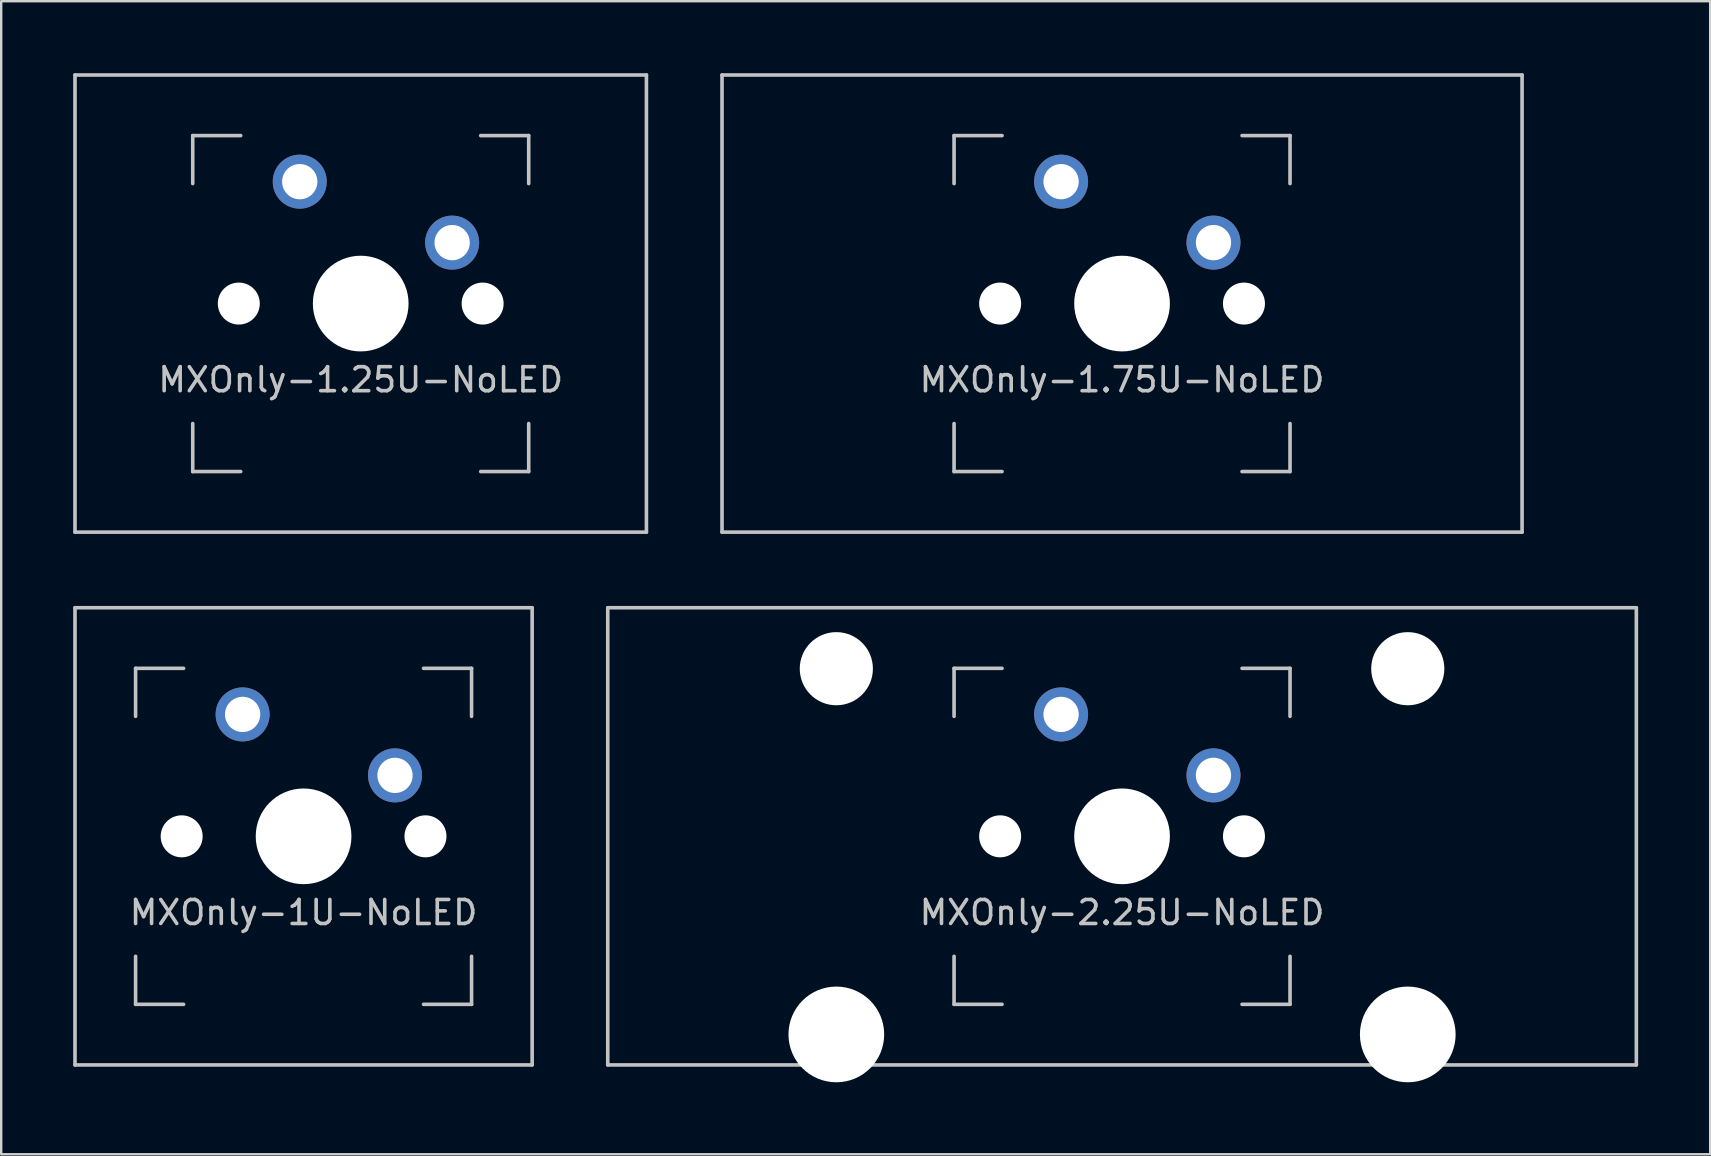
<source format=kicad_pcb>
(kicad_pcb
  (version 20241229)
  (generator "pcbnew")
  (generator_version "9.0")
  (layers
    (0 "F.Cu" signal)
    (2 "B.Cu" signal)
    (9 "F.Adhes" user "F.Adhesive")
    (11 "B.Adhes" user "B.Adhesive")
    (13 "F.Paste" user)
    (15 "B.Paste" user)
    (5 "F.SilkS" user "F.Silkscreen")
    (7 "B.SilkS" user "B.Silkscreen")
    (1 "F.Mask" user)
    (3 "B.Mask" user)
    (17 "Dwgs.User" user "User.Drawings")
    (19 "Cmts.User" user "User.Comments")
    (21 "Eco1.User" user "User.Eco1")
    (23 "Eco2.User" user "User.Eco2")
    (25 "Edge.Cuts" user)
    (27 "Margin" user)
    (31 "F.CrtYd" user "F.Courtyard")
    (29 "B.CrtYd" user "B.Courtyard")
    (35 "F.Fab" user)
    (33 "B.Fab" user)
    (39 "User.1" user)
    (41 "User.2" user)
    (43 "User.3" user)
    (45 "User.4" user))
  (footprint "MXOnly-1U-NoLED"
    (layer "F.Cu")
    (at 9.6 31.8)
    (property "Reference" "MXOnly-1U-NoLED" (at 0 3.175 0) (layer "Dwgs.User") (effects (font (size 1 1) (thickness 0.15))))
    (attr through_hole)
    (fp_line (start -9.525 -9.525) (end -9.525 9.525) (stroke (width 0.15) (type solid)) (layer "Dwgs.User"))
    (fp_line (start -9.525 9.525) (end 9.525 9.525) (stroke (width 0.15) (type solid)) (layer "Dwgs.User"))
    (fp_line (start -7 -7) (end -7 -5) (stroke (width 0.15) (type solid)) (layer "Dwgs.User"))
    (fp_line (start -7 7) (end -7 5) (stroke (width 0.15) (type solid)) (layer "Dwgs.User"))
    (fp_line (start -5 -7) (end -7 -7) (stroke (width 0.15) (type solid)) (layer "Dwgs.User"))
    (fp_line (start -5 7) (end -7 7) (stroke (width 0.15) (type solid)) (layer "Dwgs.User"))
    (fp_line (start 5 -7) (end 7 -7) (stroke (width 0.15) (type solid)) (layer "Dwgs.User"))
    (fp_line (start 7 -7) (end 7 -5) (stroke (width 0.15) (type solid)) (layer "Dwgs.User"))
    (fp_line (start 7 5) (end 7 7) (stroke (width 0.15) (type solid)) (layer "Dwgs.User"))
    (fp_line (start 7 7) (end 5 7) (stroke (width 0.15) (type solid)) (layer "Dwgs.User"))
    (fp_line (start 9.525 -9.525) (end -9.525 -9.525) (stroke (width 0.15) (type solid)) (layer "Dwgs.User"))
    (fp_line (start 9.525 9.525) (end 9.525 -9.525) (stroke (width 0.15) (type solid)) (layer "Dwgs.User"))
    (pad "" np_thru_hole circle (at -5.08 0 311.9) (size 1.75 1.75) (drill 1.75) (layers "*.Cu" "*.Mask"))
    (pad "" np_thru_hole circle (at 0 0) (size 3.988 3.988) (drill 3.988) (layers "*.Cu" "*.Mask"))
    (pad "" np_thru_hole circle (at 5.08 0 311.9) (size 1.75 1.75) (drill 1.75) (layers "*.Cu" "*.Mask"))
    (pad "1" thru_hole circle (at -2.54 -5.08) (size 2.25 2.25) (drill 1.47) (layers "*.Cu" "*.Mask"))
    (pad "2" thru_hole circle (at 3.81 -2.54) (size 2.25 2.25) (drill 1.47) (layers "*.Cu" "*.Mask")))
  (footprint "MXOnly-1.75U-NoLED"
    (layer "F.Cu")
    (at 43.706 9.6)
    (property "Reference" "MXOnly-1.75U-NoLED" (at 0 3.175 0) (layer "Dwgs.User") (effects (font (size 1 1) (thickness 0.15))))
    (attr through_hole)
    (fp_line (start -16.669 -9.525) (end -16.669 9.525) (stroke (width 0.15) (type solid)) (layer "Dwgs.User"))
    (fp_line (start -7 -7) (end -7 -5) (stroke (width 0.15) (type solid)) (layer "Dwgs.User"))
    (fp_line (start -7 7) (end -7 5) (stroke (width 0.15) (type solid)) (layer "Dwgs.User"))
    (fp_line (start -5 -7) (end -7 -7) (stroke (width 0.15) (type solid)) (layer "Dwgs.User"))
    (fp_line (start -5 7) (end -7 7) (stroke (width 0.15) (type solid)) (layer "Dwgs.User"))
    (fp_line (start 5 -7) (end 7 -7) (stroke (width 0.15) (type solid)) (layer "Dwgs.User"))
    (fp_line (start 7 -7) (end 7 -5) (stroke (width 0.15) (type solid)) (layer "Dwgs.User"))
    (fp_line (start 7 5) (end 7 7) (stroke (width 0.15) (type solid)) (layer "Dwgs.User"))
    (fp_line (start 7 7) (end 5 7) (stroke (width 0.15) (type solid)) (layer "Dwgs.User"))
    (fp_line (start 16.669 -9.525) (end -16.669 -9.525) (stroke (width 0.15) (type solid)) (layer "Dwgs.User"))
    (fp_line (start 16.669 9.525) (end -16.669 9.525) (stroke (width 0.15) (type solid)) (layer "Dwgs.User"))
    (fp_line (start 16.669 9.525) (end 16.669 -9.525) (stroke (width 0.15) (type solid)) (layer "Dwgs.User"))
    (pad "" np_thru_hole circle (at -5.08 0 311.9) (size 1.75 1.75) (drill 1.75) (layers "*.Cu" "*.Mask"))
    (pad "" np_thru_hole circle (at 0 0) (size 3.988 3.988) (drill 3.988) (layers "*.Cu" "*.Mask"))
    (pad "" np_thru_hole circle (at 5.08 0 311.9) (size 1.75 1.75) (drill 1.75) (layers "*.Cu" "*.Mask"))
    (pad "1" thru_hole circle (at -2.54 -5.08) (size 2.25 2.25) (drill 1.47) (layers "*.Cu" "*.Mask"))
    (pad "2" thru_hole circle (at 3.81 -2.54) (size 2.25 2.25) (drill 1.47) (layers "*.Cu" "*.Mask")))
  (footprint "MXOnly-1.25U-NoLED"
    (layer "F.Cu")
    (at 11.981 9.6)
    (property "Reference" "MXOnly-1.25U-NoLED" (at 0 3.175 0) (layer "Dwgs.User") (effects (font (size 1 1) (thickness 0.15))))
    (attr through_hole)
    (fp_line (start -11.906 -9.525) (end -11.906 9.525) (stroke (width 0.15) (type solid)) (layer "Dwgs.User"))
    (fp_line (start -7 -7) (end -7 -5) (stroke (width 0.15) (type solid)) (layer "Dwgs.User"))
    (fp_line (start -7 7) (end -7 5) (stroke (width 0.15) (type solid)) (layer "Dwgs.User"))
    (fp_line (start -5 -7) (end -7 -7) (stroke (width 0.15) (type solid)) (layer "Dwgs.User"))
    (fp_line (start -5 7) (end -7 7) (stroke (width 0.15) (type solid)) (layer "Dwgs.User"))
    (fp_line (start 5 -7) (end 7 -7) (stroke (width 0.15) (type solid)) (layer "Dwgs.User"))
    (fp_line (start 7 -7) (end 7 -5) (stroke (width 0.15) (type solid)) (layer "Dwgs.User"))
    (fp_line (start 7 5) (end 7 7) (stroke (width 0.15) (type solid)) (layer "Dwgs.User"))
    (fp_line (start 7 7) (end 5 7) (stroke (width 0.15) (type solid)) (layer "Dwgs.User"))
    (fp_line (start 11.906 -9.525) (end -11.906 -9.525) (stroke (width 0.15) (type solid)) (layer "Dwgs.User"))
    (fp_line (start 11.906 9.525) (end -11.906 9.525) (stroke (width 0.15) (type solid)) (layer "Dwgs.User"))
    (fp_line (start 11.906 9.525) (end 11.906 -9.525) (stroke (width 0.15) (type solid)) (layer "Dwgs.User"))
    (pad "" np_thru_hole circle (at -5.08 0 311.9) (size 1.75 1.75) (drill 1.75) (layers "*.Cu" "*.Mask"))
    (pad "" np_thru_hole circle (at 0 0) (size 3.988 3.988) (drill 3.988) (layers "*.Cu" "*.Mask"))
    (pad "" np_thru_hole circle (at 5.08 0 311.9) (size 1.75 1.75) (drill 1.75) (layers "*.Cu" "*.Mask"))
    (pad "1" thru_hole circle (at -2.54 -5.08) (size 2.25 2.25) (drill 1.47) (layers "*.Cu" "*.Mask"))
    (pad "2" thru_hole circle (at 3.81 -2.54) (size 2.25 2.25) (drill 1.47) (layers "*.Cu" "*.Mask")))
  (footprint "MXOnly-2.25U-NoLED"
    (layer "F.Cu")
    (at 43.706 31.8)
    (property "Reference" "MXOnly-2.25U-NoLED" (at 0 3.175 0) (layer "Dwgs.User") (effects (font (size 1 1) (thickness 0.15))))
    (attr through_hole)
    (fp_line (start -21.431 -9.525) (end -21.431 9.525) (stroke (width 0.15) (type solid)) (layer "Dwgs.User"))
    (fp_line (start -7 -7) (end -7 -5) (stroke (width 0.15) (type solid)) (layer "Dwgs.User"))
    (fp_line (start -7 7) (end -7 5) (stroke (width 0.15) (type solid)) (layer "Dwgs.User"))
    (fp_line (start -5 -7) (end -7 -7) (stroke (width 0.15) (type solid)) (layer "Dwgs.User"))
    (fp_line (start -5 7) (end -7 7) (stroke (width 0.15) (type solid)) (layer "Dwgs.User"))
    (fp_line (start 5 -7) (end 7 -7) (stroke (width 0.15) (type solid)) (layer "Dwgs.User"))
    (fp_line (start 7 -7) (end 7 -5) (stroke (width 0.15) (type solid)) (layer "Dwgs.User"))
    (fp_line (start 7 5) (end 7 7) (stroke (width 0.15) (type solid)) (layer "Dwgs.User"))
    (fp_line (start 7 7) (end 5 7) (stroke (width 0.15) (type solid)) (layer "Dwgs.User"))
    (fp_line (start 21.431 -9.525) (end -21.431 -9.525) (stroke (width 0.15) (type solid)) (layer "Dwgs.User"))
    (fp_line (start 21.431 9.525) (end -21.431 9.525) (stroke (width 0.15) (type solid)) (layer "Dwgs.User"))
    (fp_line (start 21.431 9.525) (end 21.431 -9.525) (stroke (width 0.15) (type solid)) (layer "Dwgs.User"))
    (pad "" np_thru_hole circle (at -11.906 -6.985) (size 3.048 3.048) (drill 3.048) (layers "*.Cu" "*.Mask"))
    (pad "" np_thru_hole circle (at -11.906 8.255) (size 3.988 3.988) (drill 3.988) (layers "*.Cu" "*.Mask"))
    (pad "" np_thru_hole circle (at -5.08 0 311.9) (size 1.75 1.75) (drill 1.75) (layers "*.Cu" "*.Mask"))
    (pad "" np_thru_hole circle (at 0 0) (size 3.988 3.988) (drill 3.988) (layers "*.Cu" "*.Mask"))
    (pad "" np_thru_hole circle (at 5.08 0 311.9) (size 1.75 1.75) (drill 1.75) (layers "*.Cu" "*.Mask"))
    (pad "" np_thru_hole circle (at 11.906 -6.985) (size 3.048 3.048) (drill 3.048) (layers "*.Cu" "*.Mask"))
    (pad "" np_thru_hole circle (at 11.906 8.255) (size 3.988 3.988) (drill 3.988) (layers "*.Cu" "*.Mask"))
    (pad "1" thru_hole circle (at -2.54 -5.08) (size 2.25 2.25) (drill 1.47) (layers "*.Cu" "*.Mask"))
    (pad "2" thru_hole circle (at 3.81 -2.54) (size 2.25 2.25) (drill 1.47) (layers "*.Cu" "*.Mask")))
  (gr_rect
    (start -3 -3)
    (end 68.213 45.049)
    (stroke (width 0.1) (type default))
    (fill no)
    (layer "Edge.Cuts")))
</source>
